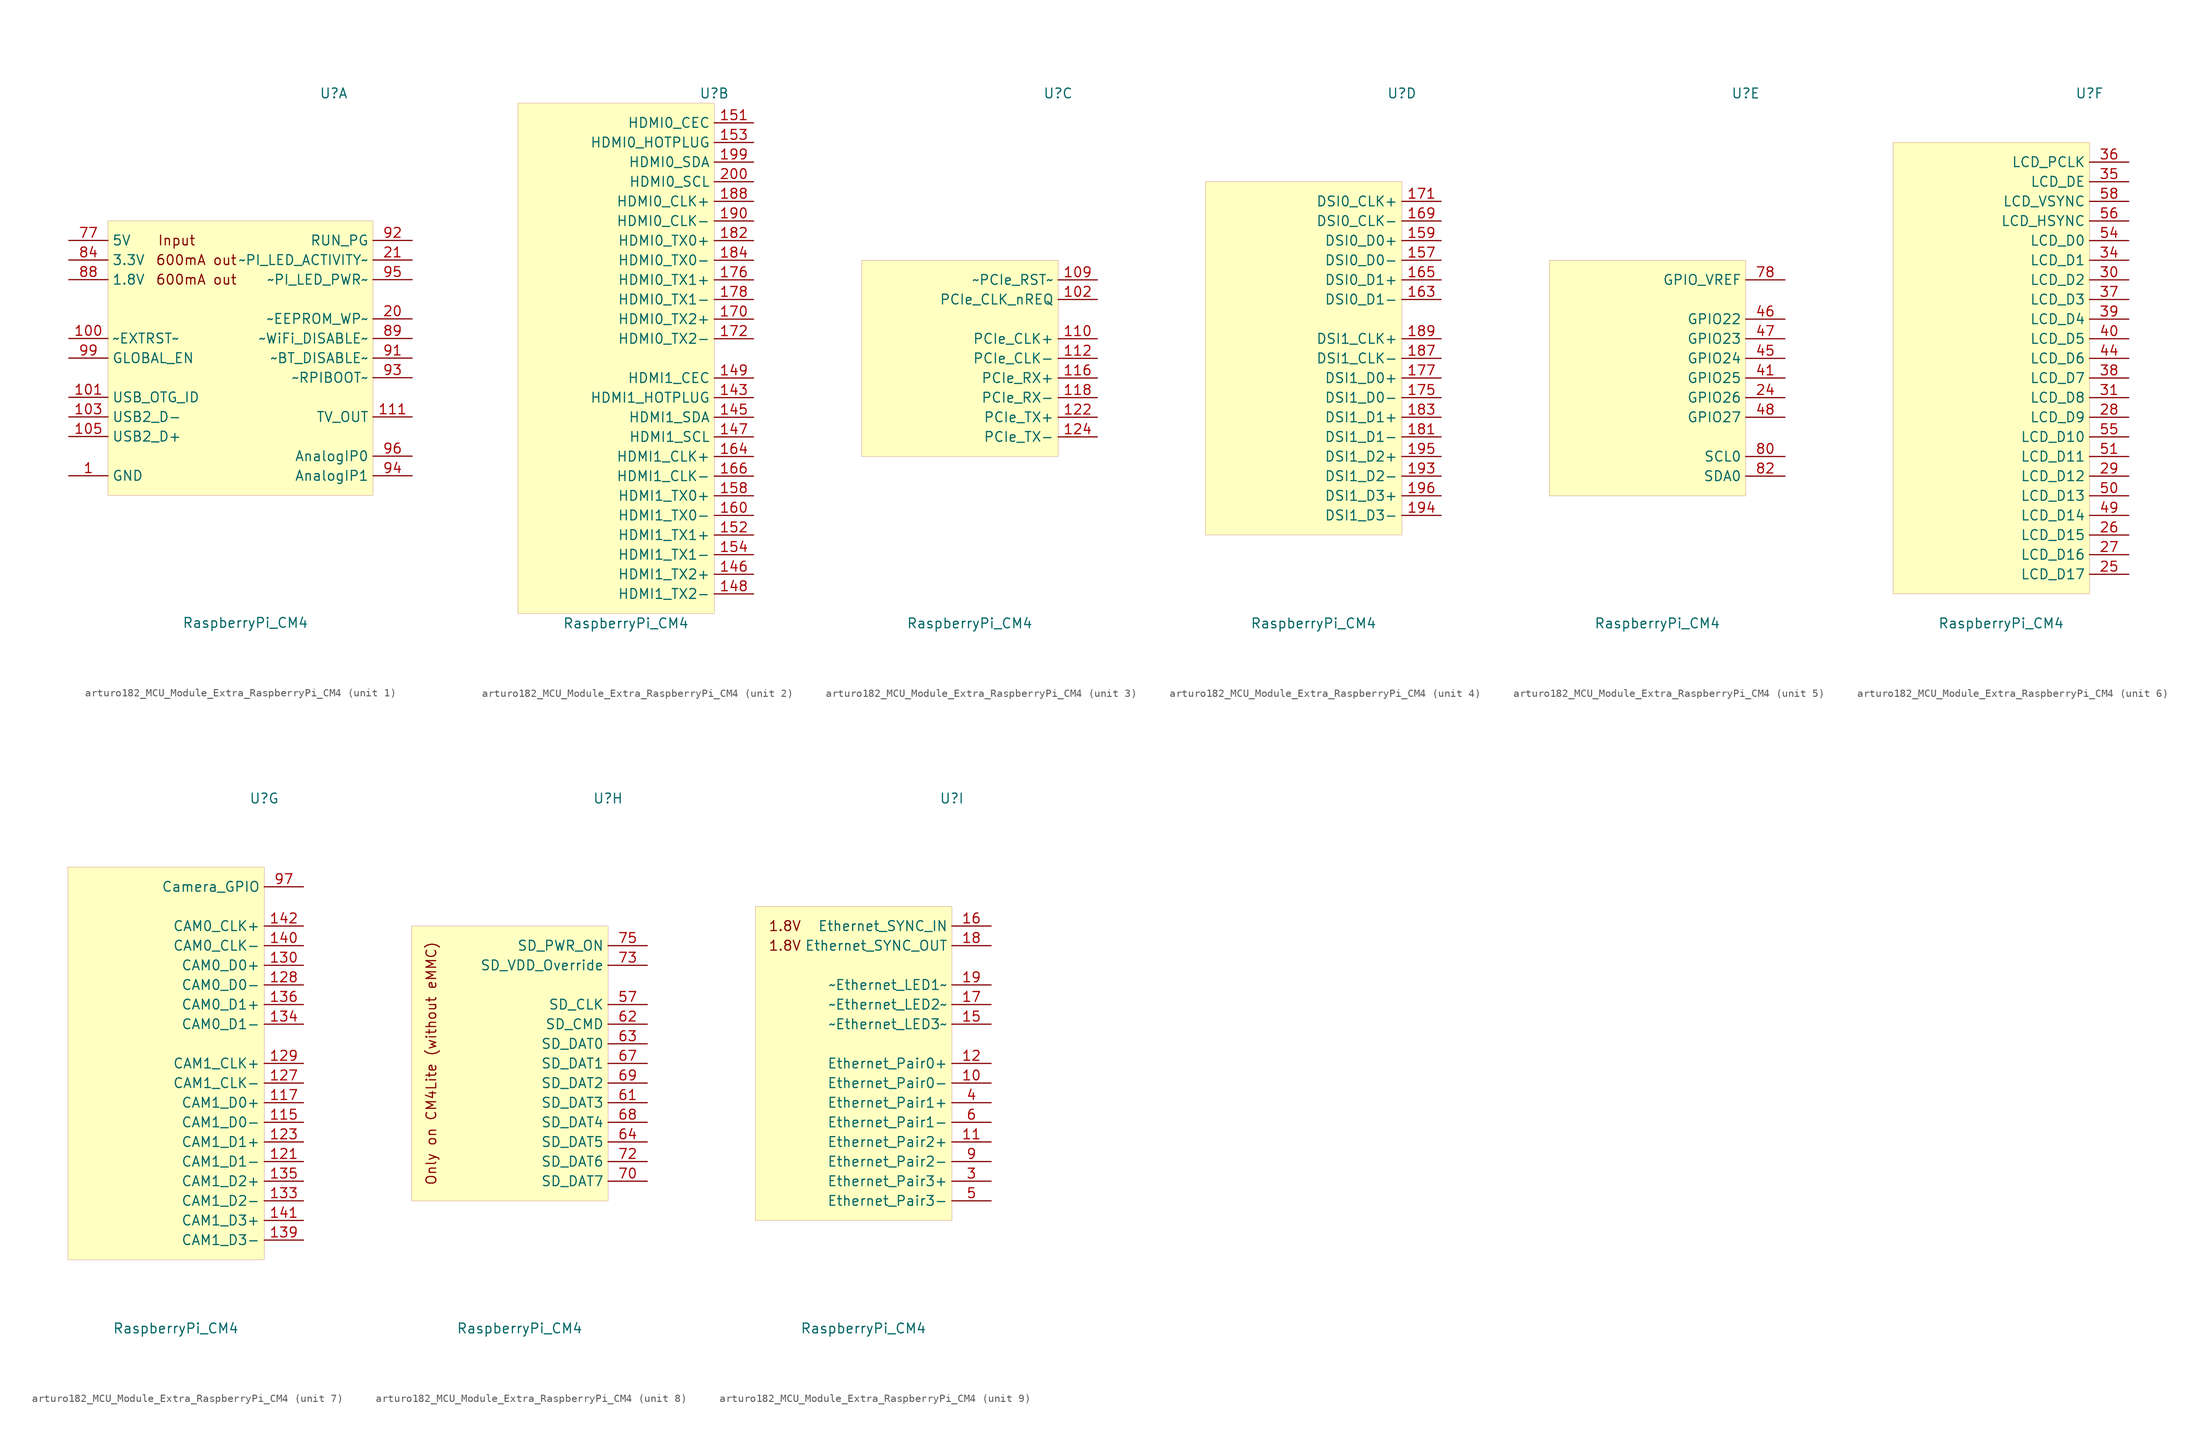
<source format=kicad_sym>
(kicad_symbol_lib
  (version 20220914)
  (generator kicad_symbol_editor)
  (symbol "MCU_Module_Extra:arturo182_MCU_Module_Extra_RaspberryPi_CM4"
    (property "Reference" "U"
      (at 12.7 34.29 0)
      (effects (font (size 1.27 1.27))))
    (property "Value" "RaspberryPi_CM4"
      (at 1.27 -34.29 0)
      (effects (font (size 1.27 1.27))))
    (property "ki_locked" ""
      (at 0 0 0)
      (effects (font (size 1.27 1.27))))
    (symbol "arturo182_MCU_Module_Extra_RaspberryPi_CM4_1_0"
      (text "600mA out" (at -5.08 10.16 0) (effects (font (size 1.27 1.27))))
      (text "600mA out" (at -5.08 12.7 0) (effects (font (size 1.27 1.27))))
      (text "Input" (at -7.62 15.24 0) (effects (font (size 1.27 1.27))))
      (rectangle (start -16.51 17.78) (end 17.78 -17.78) (stroke (width 0.001)) (fill (type background))))
    (symbol "arturo182_MCU_Module_Extra_RaspberryPi_CM4_1_1"
      (pin power_in line (at -21.59 -15.24 0) (length 5.08) (name "GND" (effects (font (size 1.27 1.27)))) (number "1" (effects (font (size 1.27 1.27)))))
      (pin output line (at -21.59 2.54 0) (length 5.08) (name "~EXTRST~" (effects (font (size 1.27 1.27)))) (number "100" (effects (font (size 1.27 1.27)))))
      (pin passive line (at -21.59 -15.24 0) (length 5.08) hide (name "GND" (effects (font (size 1.27 1.27)))) (number "13" (effects (font (size 1.27 1.27)))))
      (pin passive line (at -21.59 -15.24 0) (length 5.08) hide (name "GND" (effects (font (size 1.27 1.27)))) (number "14" (effects (font (size 1.27 1.27)))))
      (pin passive line (at -21.59 -15.24 0) (length 5.08) hide (name "GND" (effects (font (size 1.27 1.27)))) (number "2" (effects (font (size 1.27 1.27)))))
      (pin bidirectional line (at 22.86 5.08 180) (length 5.08) (name "~EEPROM_WP~" (effects (font (size 1.27 1.27)))) (number "20" (effects (font (size 1.27 1.27)))))
      (pin open_collector line (at 22.86 12.7 180) (length 5.08) (name "~PI_LED_ACTIVITY~" (effects (font (size 1.27 1.27)))) (number "21" (effects (font (size 1.27 1.27)))))
      (pin passive line (at -21.59 -15.24 0) (length 5.08) hide (name "GND" (effects (font (size 1.27 1.27)))) (number "22" (effects (font (size 1.27 1.27)))))
      (pin passive line (at -21.59 -15.24 0) (length 5.08) hide (name "GND" (effects (font (size 1.27 1.27)))) (number "23" (effects (font (size 1.27 1.27)))))
      (pin passive line (at -21.59 -15.24 0) (length 5.08) hide (name "GND" (effects (font (size 1.27 1.27)))) (number "32" (effects (font (size 1.27 1.27)))))
      (pin passive line (at -21.59 -15.24 0) (length 5.08) hide (name "GND" (effects (font (size 1.27 1.27)))) (number "33" (effects (font (size 1.27 1.27)))))
      (pin passive line (at -21.59 -15.24 0) (length 5.08) hide (name "GND" (effects (font (size 1.27 1.27)))) (number "42" (effects (font (size 1.27 1.27)))))
      (pin passive line (at -21.59 -15.24 0) (length 5.08) hide (name "GND" (effects (font (size 1.27 1.27)))) (number "43" (effects (font (size 1.27 1.27)))))
      (pin passive line (at -21.59 -15.24 0) (length 5.08) hide (name "GND" (effects (font (size 1.27 1.27)))) (number "52" (effects (font (size 1.27 1.27)))))
      (pin passive line (at -21.59 -15.24 0) (length 5.08) hide (name "GND" (effects (font (size 1.27 1.27)))) (number "53" (effects (font (size 1.27 1.27)))))
      (pin passive line (at -21.59 -15.24 0) (length 5.08) hide (name "GND" (effects (font (size 1.27 1.27)))) (number "59" (effects (font (size 1.27 1.27)))))
      (pin passive line (at -21.59 -15.24 0) (length 5.08) hide (name "GND" (effects (font (size 1.27 1.27)))) (number "60" (effects (font (size 1.27 1.27)))))
      (pin passive line (at -21.59 -15.24 0) (length 5.08) hide (name "GND" (effects (font (size 1.27 1.27)))) (number "65" (effects (font (size 1.27 1.27)))))
      (pin passive line (at -21.59 -15.24 0) (length 5.08) hide (name "GND" (effects (font (size 1.27 1.27)))) (number "66" (effects (font (size 1.27 1.27)))))
      (pin passive line (at -21.59 -15.24 0) (length 5.08) hide (name "GND" (effects (font (size 1.27 1.27)))) (number "7" (effects (font (size 1.27 1.27)))))
      (pin passive line (at -21.59 -15.24 0) (length 5.08) hide (name "GND" (effects (font (size 1.27 1.27)))) (number "71" (effects (font (size 1.27 1.27)))))
      (pin passive line (at -21.59 -15.24 0) (length 5.08) hide (name "GND" (effects (font (size 1.27 1.27)))) (number "74" (effects (font (size 1.27 1.27)))))
      (pin no_connect line (at -1.27 -10.16 0) (length 5.08) hide (name "Reserved" (effects (font (size 1.27 1.27)))) (number "76" (effects (font (size 1.27 1.27)))))
      (pin power_in line (at -21.59 15.24 0) (length 5.08) (name "5V" (effects (font (size 1.27 1.27)))) (number "77" (effects (font (size 1.27 1.27)))))
      (pin passive line (at -21.59 15.24 0) (length 5.08) hide (name "5V" (effects (font (size 1.27 1.27)))) (number "79" (effects (font (size 1.27 1.27)))))
      (pin passive line (at -21.59 -15.24 0) (length 5.08) hide (name "GND" (effects (font (size 1.27 1.27)))) (number "8" (effects (font (size 1.27 1.27)))))
      (pin passive line (at -21.59 15.24 0) (length 5.08) hide (name "5V" (effects (font (size 1.27 1.27)))) (number "81" (effects (font (size 1.27 1.27)))))
      (pin passive line (at -21.59 15.24 0) (length 5.08) hide (name "5V" (effects (font (size 1.27 1.27)))) (number "83" (effects (font (size 1.27 1.27)))))
      (pin power_out line (at -21.59 12.7 0) (length 5.08) (name "3.3V" (effects (font (size 1.27 1.27)))) (number "84" (effects (font (size 1.27 1.27)))))
      (pin passive line (at -21.59 15.24 0) (length 5.08) hide (name "5V" (effects (font (size 1.27 1.27)))) (number "85" (effects (font (size 1.27 1.27)))))
      (pin passive line (at -21.59 12.7 0) (length 5.08) hide (name "3.3V" (effects (font (size 1.27 1.27)))) (number "86" (effects (font (size 1.27 1.27)))))
      (pin passive line (at -21.59 15.24 0) (length 5.08) hide (name "5V" (effects (font (size 1.27 1.27)))) (number "87" (effects (font (size 1.27 1.27)))))
      (pin power_out line (at -21.59 10.16 0) (length 5.08) (name "1.8V" (effects (font (size 1.27 1.27)))) (number "88" (effects (font (size 1.27 1.27)))))
      (pin power_in line (at 22.86 2.54 180) (length 5.08) (name "~WiFi_DISABLE~" (effects (font (size 1.27 1.27)))) (number "89" (effects (font (size 1.27 1.27)))))
      (pin passive line (at -21.59 10.16 0) (length 5.08) hide (name "1.8V" (effects (font (size 1.27 1.27)))) (number "90" (effects (font (size 1.27 1.27)))))
      (pin input line (at 22.86 0 180) (length 5.08) (name "~BT_DISABLE~" (effects (font (size 1.27 1.27)))) (number "91" (effects (font (size 1.27 1.27)))))
      (pin bidirectional line (at 22.86 15.24 180) (length 5.08) (name "RUN_PG" (effects (font (size 1.27 1.27)))) (number "92" (effects (font (size 1.27 1.27)))))
      (pin input line (at 22.86 -2.54 180) (length 5.08) (name "~RPIBOOT~" (effects (font (size 1.27 1.27)))) (number "93" (effects (font (size 1.27 1.27)))))
      (pin output line (at 22.86 -15.24 180) (length 5.08) (name "AnalogIP1" (effects (font (size 1.27 1.27)))) (number "94" (effects (font (size 1.27 1.27)))))
      (pin output line (at 22.86 10.16 180) (length 5.08) (name "~PI_LED_PWR~" (effects (font (size 1.27 1.27)))) (number "95" (effects (font (size 1.27 1.27)))))
      (pin output line (at 22.86 -12.7 180) (length 5.08) (name "AnalogIP0" (effects (font (size 1.27 1.27)))) (number "96" (effects (font (size 1.27 1.27)))))
      (pin passive line (at -21.59 -15.24 0) (length 5.08) hide (name "GND" (effects (font (size 1.27 1.27)))) (number "98" (effects (font (size 1.27 1.27)))))
      (pin input line (at -21.59 0 0) (length 5.08) (name "GLOBAL_EN" (effects (font (size 1.27 1.27)))) (number "99" (effects (font (size 1.27 1.27)))))
      (pin input line (at -21.59 -5.08 0) (length 5.08) (name "USB_OTG_ID" (effects (font (size 1.27 1.27)))) (number "101" (effects (font (size 1.27 1.27)))))
      (pin passive line (at -21.59 -7.62 0) (length 5.08) (name "USB2_D-" (effects (font (size 1.27 1.27)))) (number "103" (effects (font (size 1.27 1.27)))))
      (pin no_connect line (at -1.27 -5.08 0) (length 5.08) hide (name "Reserved" (effects (font (size 1.27 1.27)))) (number "104" (effects (font (size 1.27 1.27)))))
      (pin passive line (at -21.59 -10.16 0) (length 5.08) (name "USB2_D+" (effects (font (size 1.27 1.27)))) (number "105" (effects (font (size 1.27 1.27)))))
      (pin no_connect line (at -1.27 -7.62 0) (length 5.08) hide (name "Reserved" (effects (font (size 1.27 1.27)))) (number "106" (effects (font (size 1.27 1.27)))))
      (pin passive line (at -21.59 -15.24 0) (length 5.08) hide (name "GND" (effects (font (size 1.27 1.27)))) (number "107" (effects (font (size 1.27 1.27)))))
      (pin passive line (at -21.59 -15.24 0) (length 5.08) hide (name "GND" (effects (font (size 1.27 1.27)))) (number "108" (effects (font (size 1.27 1.27)))))
      (pin passive line (at 22.86 -7.62 180) (length 5.08) (name "TV_OUT" (effects (font (size 1.27 1.27)))) (number "111" (effects (font (size 1.27 1.27)))))
      (pin passive line (at -21.59 -15.24 0) (length 5.08) hide (name "GND" (effects (font (size 1.27 1.27)))) (number "113" (effects (font (size 1.27 1.27)))))
      (pin passive line (at -21.59 -15.24 0) (length 5.08) hide (name "GND" (effects (font (size 1.27 1.27)))) (number "114" (effects (font (size 1.27 1.27)))))
      (pin passive line (at -21.59 -15.24 0) (length 5.08) hide (name "GND" (effects (font (size 1.27 1.27)))) (number "119" (effects (font (size 1.27 1.27)))))
      (pin passive line (at -21.59 -15.24 0) (length 5.08) hide (name "GND" (effects (font (size 1.27 1.27)))) (number "120" (effects (font (size 1.27 1.27)))))
      (pin passive line (at -21.59 -15.24 0) (length 5.08) hide (name "GND" (effects (font (size 1.27 1.27)))) (number "125" (effects (font (size 1.27 1.27)))))
      (pin passive line (at -21.59 -15.24 0) (length 5.08) hide (name "GND" (effects (font (size 1.27 1.27)))) (number "126" (effects (font (size 1.27 1.27)))))
      (pin passive line (at -21.59 -15.24 0) (length 5.08) hide (name "GND" (effects (font (size 1.27 1.27)))) (number "131" (effects (font (size 1.27 1.27)))))
      (pin passive line (at -21.59 -15.24 0) (length 5.08) hide (name "GND" (effects (font (size 1.27 1.27)))) (number "132" (effects (font (size 1.27 1.27)))))
      (pin passive line (at -21.59 -15.24 0) (length 5.08) hide (name "GND" (effects (font (size 1.27 1.27)))) (number "137" (effects (font (size 1.27 1.27)))))
      (pin passive line (at -21.59 -15.24 0) (length 5.08) hide (name "GND" (effects (font (size 1.27 1.27)))) (number "138" (effects (font (size 1.27 1.27)))))
      (pin passive line (at -21.59 -15.24 0) (length 5.08) hide (name "GND" (effects (font (size 1.27 1.27)))) (number "144" (effects (font (size 1.27 1.27)))))
      (pin passive line (at -21.59 -15.24 0) (length 5.08) hide (name "GND" (effects (font (size 1.27 1.27)))) (number "150" (effects (font (size 1.27 1.27)))))
      (pin passive line (at -21.59 -15.24 0) (length 5.08) hide (name "GND" (effects (font (size 1.27 1.27)))) (number "155" (effects (font (size 1.27 1.27)))))
      (pin passive line (at -21.59 -15.24 0) (length 5.08) hide (name "GND" (effects (font (size 1.27 1.27)))) (number "156" (effects (font (size 1.27 1.27)))))
      (pin passive line (at -21.59 -15.24 0) (length 5.08) hide (name "GND" (effects (font (size 1.27 1.27)))) (number "161" (effects (font (size 1.27 1.27)))))
      (pin passive line (at -21.59 -15.24 0) (length 5.08) hide (name "GND" (effects (font (size 1.27 1.27)))) (number "162" (effects (font (size 1.27 1.27)))))
      (pin passive line (at -21.59 -15.24 0) (length 5.08) hide (name "GND" (effects (font (size 1.27 1.27)))) (number "167" (effects (font (size 1.27 1.27)))))
      (pin passive line (at -21.59 -15.24 0) (length 5.08) hide (name "GND" (effects (font (size 1.27 1.27)))) (number "168" (effects (font (size 1.27 1.27)))))
      (pin passive line (at -21.59 -15.24 0) (length 5.08) hide (name "GND" (effects (font (size 1.27 1.27)))) (number "173" (effects (font (size 1.27 1.27)))))
      (pin passive line (at -21.59 -15.24 0) (length 5.08) hide (name "GND" (effects (font (size 1.27 1.27)))) (number "174" (effects (font (size 1.27 1.27)))))
      (pin passive line (at -21.59 -15.24 0) (length 5.08) hide (name "GND" (effects (font (size 1.27 1.27)))) (number "179" (effects (font (size 1.27 1.27)))))
      (pin passive line (at -21.59 -15.24 0) (length 5.08) hide (name "GND" (effects (font (size 1.27 1.27)))) (number "180" (effects (font (size 1.27 1.27)))))
      (pin passive line (at -21.59 -15.24 0) (length 5.08) hide (name "GND" (effects (font (size 1.27 1.27)))) (number "185" (effects (font (size 1.27 1.27)))))
      (pin passive line (at -21.59 -15.24 0) (length 5.08) hide (name "GND" (effects (font (size 1.27 1.27)))) (number "186" (effects (font (size 1.27 1.27)))))
      (pin passive line (at -21.59 -15.24 0) (length 5.08) hide (name "GND" (effects (font (size 1.27 1.27)))) (number "191" (effects (font (size 1.27 1.27)))))
      (pin passive line (at -21.59 -15.24 0) (length 5.08) hide (name "GND" (effects (font (size 1.27 1.27)))) (number "192" (effects (font (size 1.27 1.27)))))
      (pin passive line (at -21.59 -15.24 0) (length 5.08) hide (name "GND" (effects (font (size 1.27 1.27)))) (number "197" (effects (font (size 1.27 1.27)))))
      (pin passive line (at -21.59 -15.24 0) (length 5.08) hide (name "GND" (effects (font (size 1.27 1.27)))) (number "198" (effects (font (size 1.27 1.27))))))
    (symbol "arturo182_MCU_Module_Extra_RaspberryPi_CM4_2_0"
      (rectangle (start -12.7 33.02) (end 12.7 -33.02) (stroke (width 0.001)) (fill (type background))))
    (symbol "arturo182_MCU_Module_Extra_RaspberryPi_CM4_2_1"
      (pin input line (at 17.78 -5.08 180) (length 5.08) (name "HDMI1_HOTPLUG" (effects (font (size 1.27 1.27)))) (number "143" (effects (font (size 1.27 1.27)))))
      (pin bidirectional line (at 17.78 -7.62 180) (length 5.08) (name "HDMI1_SDA" (effects (font (size 1.27 1.27)))) (number "145" (effects (font (size 1.27 1.27)))))
      (pin output line (at 17.78 -27.94 180) (length 5.08) (name "HDMI1_TX2+" (effects (font (size 1.27 1.27)))) (number "146" (effects (font (size 1.27 1.27)))))
      (pin open_collector line (at 17.78 -10.16 180) (length 5.08) (name "HDMI1_SCL" (effects (font (size 1.27 1.27)))) (number "147" (effects (font (size 1.27 1.27)))))
      (pin output line (at 17.78 -30.48 180) (length 5.08) (name "HDMI1_TX2-" (effects (font (size 1.27 1.27)))) (number "148" (effects (font (size 1.27 1.27)))))
      (pin open_collector line (at 17.78 -2.54 180) (length 5.08) (name "HDMI1_CEC" (effects (font (size 1.27 1.27)))) (number "149" (effects (font (size 1.27 1.27)))))
      (pin open_collector line (at 17.78 30.48 180) (length 5.08) (name "HDMI0_CEC" (effects (font (size 1.27 1.27)))) (number "151" (effects (font (size 1.27 1.27)))))
      (pin output line (at 17.78 -22.86 180) (length 5.08) (name "HDMI1_TX1+" (effects (font (size 1.27 1.27)))) (number "152" (effects (font (size 1.27 1.27)))))
      (pin input line (at 17.78 27.94 180) (length 5.08) (name "HDMI0_HOTPLUG" (effects (font (size 1.27 1.27)))) (number "153" (effects (font (size 1.27 1.27)))))
      (pin output line (at 17.78 -25.4 180) (length 5.08) (name "HDMI1_TX1-" (effects (font (size 1.27 1.27)))) (number "154" (effects (font (size 1.27 1.27)))))
      (pin output line (at 17.78 -17.78 180) (length 5.08) (name "HDMI1_TX0+" (effects (font (size 1.27 1.27)))) (number "158" (effects (font (size 1.27 1.27)))))
      (pin output line (at 17.78 -20.32 180) (length 5.08) (name "HDMI1_TX0-" (effects (font (size 1.27 1.27)))) (number "160" (effects (font (size 1.27 1.27)))))
      (pin output line (at 17.78 -12.7 180) (length 5.08) (name "HDMI1_CLK+" (effects (font (size 1.27 1.27)))) (number "164" (effects (font (size 1.27 1.27)))))
      (pin output line (at 17.78 -15.24 180) (length 5.08) (name "HDMI1_CLK-" (effects (font (size 1.27 1.27)))) (number "166" (effects (font (size 1.27 1.27)))))
      (pin output line (at 17.78 5.08 180) (length 5.08) (name "HDMI0_TX2+" (effects (font (size 1.27 1.27)))) (number "170" (effects (font (size 1.27 1.27)))))
      (pin output line (at 17.78 2.54 180) (length 5.08) (name "HDMI0_TX2-" (effects (font (size 1.27 1.27)))) (number "172" (effects (font (size 1.27 1.27)))))
      (pin output line (at 17.78 10.16 180) (length 5.08) (name "HDMI0_TX1+" (effects (font (size 1.27 1.27)))) (number "176" (effects (font (size 1.27 1.27)))))
      (pin output line (at 17.78 7.62 180) (length 5.08) (name "HDMI0_TX1-" (effects (font (size 1.27 1.27)))) (number "178" (effects (font (size 1.27 1.27)))))
      (pin output line (at 17.78 15.24 180) (length 5.08) (name "HDMI0_TX0+" (effects (font (size 1.27 1.27)))) (number "182" (effects (font (size 1.27 1.27)))))
      (pin output line (at 17.78 12.7 180) (length 5.08) (name "HDMI0_TX0-" (effects (font (size 1.27 1.27)))) (number "184" (effects (font (size 1.27 1.27)))))
      (pin output line (at 17.78 20.32 180) (length 5.08) (name "HDMI0_CLK+" (effects (font (size 1.27 1.27)))) (number "188" (effects (font (size 1.27 1.27)))))
      (pin output line (at 17.78 17.78 180) (length 5.08) (name "HDMI0_CLK-" (effects (font (size 1.27 1.27)))) (number "190" (effects (font (size 1.27 1.27)))))
      (pin bidirectional line (at 17.78 25.4 180) (length 5.08) (name "HDMI0_SDA" (effects (font (size 1.27 1.27)))) (number "199" (effects (font (size 1.27 1.27)))))
      (pin open_collector line (at 17.78 22.86 180) (length 5.08) (name "HDMI0_SCL" (effects (font (size 1.27 1.27)))) (number "200" (effects (font (size 1.27 1.27))))))
    (symbol "arturo182_MCU_Module_Extra_RaspberryPi_CM4_3_0"
      (rectangle (start -12.7 12.7) (end 12.7 -12.7) (stroke (width 0.001)) (fill (type background))))
    (symbol "arturo182_MCU_Module_Extra_RaspberryPi_CM4_3_1"
      (pin input line (at 17.78 7.62 180) (length 5.08) (name "PCIe_CLK_nREQ" (effects (font (size 1.27 1.27)))) (number "102" (effects (font (size 1.27 1.27)))))
      (pin bidirectional line (at 17.78 10.16 180) (length 5.08) (name "~PCIe_RST~" (effects (font (size 1.27 1.27)))) (number "109" (effects (font (size 1.27 1.27)))))
      (pin output line (at 17.78 2.54 180) (length 5.08) (name "PCIe_CLK+" (effects (font (size 1.27 1.27)))) (number "110" (effects (font (size 1.27 1.27)))))
      (pin output line (at 17.78 0 180) (length 5.08) (name "PCIe_CLK-" (effects (font (size 1.27 1.27)))) (number "112" (effects (font (size 1.27 1.27)))))
      (pin input line (at 17.78 -2.54 180) (length 5.08) (name "PCIe_RX+" (effects (font (size 1.27 1.27)))) (number "116" (effects (font (size 1.27 1.27)))))
      (pin input line (at 17.78 -5.08 180) (length 5.08) (name "PCIe_RX-" (effects (font (size 1.27 1.27)))) (number "118" (effects (font (size 1.27 1.27)))))
      (pin output line (at 17.78 -7.62 180) (length 5.08) (name "PCIe_TX+" (effects (font (size 1.27 1.27)))) (number "122" (effects (font (size 1.27 1.27)))))
      (pin output line (at 17.78 -10.16 180) (length 5.08) (name "PCIe_TX-" (effects (font (size 1.27 1.27)))) (number "124" (effects (font (size 1.27 1.27))))))
    (symbol "arturo182_MCU_Module_Extra_RaspberryPi_CM4_4_0"
      (rectangle (start -12.7 22.86) (end 12.7 -22.86) (stroke (width 0.001)) (fill (type background))))
    (symbol "arturo182_MCU_Module_Extra_RaspberryPi_CM4_4_1"
      (pin bidirectional line (at 17.78 12.7 180) (length 5.08) (name "DSI0_D0-" (effects (font (size 1.27 1.27)))) (number "157" (effects (font (size 1.27 1.27)))))
      (pin bidirectional line (at 17.78 15.24 180) (length 5.08) (name "DSI0_D0+" (effects (font (size 1.27 1.27)))) (number "159" (effects (font (size 1.27 1.27)))))
      (pin bidirectional line (at 17.78 7.62 180) (length 5.08) (name "DSI0_D1-" (effects (font (size 1.27 1.27)))) (number "163" (effects (font (size 1.27 1.27)))))
      (pin bidirectional line (at 17.78 10.16 180) (length 5.08) (name "DSI0_D1+" (effects (font (size 1.27 1.27)))) (number "165" (effects (font (size 1.27 1.27)))))
      (pin open_collector line (at 17.78 17.78 180) (length 5.08) (name "DSI0_CLK-" (effects (font (size 1.27 1.27)))) (number "169" (effects (font (size 1.27 1.27)))))
      (pin open_collector line (at 17.78 20.32 180) (length 5.08) (name "DSI0_CLK+" (effects (font (size 1.27 1.27)))) (number "171" (effects (font (size 1.27 1.27)))))
      (pin bidirectional line (at 17.78 -5.08 180) (length 5.08) (name "DSI1_D0-" (effects (font (size 1.27 1.27)))) (number "175" (effects (font (size 1.27 1.27)))))
      (pin bidirectional line (at 17.78 -2.54 180) (length 5.08) (name "DSI1_D0+" (effects (font (size 1.27 1.27)))) (number "177" (effects (font (size 1.27 1.27)))))
      (pin bidirectional line (at 17.78 -10.16 180) (length 5.08) (name "DSI1_D1-" (effects (font (size 1.27 1.27)))) (number "181" (effects (font (size 1.27 1.27)))))
      (pin bidirectional line (at 17.78 -7.62 180) (length 5.08) (name "DSI1_D1+" (effects (font (size 1.27 1.27)))) (number "183" (effects (font (size 1.27 1.27)))))
      (pin bidirectional line (at 17.78 0 180) (length 5.08) (name "DSI1_CLK-" (effects (font (size 1.27 1.27)))) (number "187" (effects (font (size 1.27 1.27)))))
      (pin bidirectional line (at 17.78 2.54 180) (length 5.08) (name "DSI1_CLK+" (effects (font (size 1.27 1.27)))) (number "189" (effects (font (size 1.27 1.27)))))
      (pin bidirectional line (at 17.78 -15.24 180) (length 5.08) (name "DSI1_D2-" (effects (font (size 1.27 1.27)))) (number "193" (effects (font (size 1.27 1.27)))))
      (pin bidirectional line (at 17.78 -20.32 180) (length 5.08) (name "DSI1_D3-" (effects (font (size 1.27 1.27)))) (number "194" (effects (font (size 1.27 1.27)))))
      (pin bidirectional line (at 17.78 -12.7 180) (length 5.08) (name "DSI1_D2+" (effects (font (size 1.27 1.27)))) (number "195" (effects (font (size 1.27 1.27)))))
      (pin bidirectional line (at 17.78 -17.78 180) (length 5.08) (name "DSI1_D3+" (effects (font (size 1.27 1.27)))) (number "196" (effects (font (size 1.27 1.27))))))
    (symbol "arturo182_MCU_Module_Extra_RaspberryPi_CM4_5_0"
      (rectangle (start -12.7 12.7) (end 12.7 -17.78) (stroke (width 0.001)) (fill (type background))))
    (symbol "arturo182_MCU_Module_Extra_RaspberryPi_CM4_5_1"
      (pin bidirectional line (at 17.78 -5.08 180) (length 5.08) (name "GPIO26" (effects (font (size 1.27 1.27)))) (number "24" (effects (font (size 1.27 1.27)))))
      (pin bidirectional line (at 17.78 -2.54 180) (length 5.08) (name "GPIO25" (effects (font (size 1.27 1.27)))) (number "41" (effects (font (size 1.27 1.27)))))
      (pin bidirectional line (at 17.78 0 180) (length 5.08) (name "GPIO24" (effects (font (size 1.27 1.27)))) (number "45" (effects (font (size 1.27 1.27)))))
      (pin bidirectional line (at 17.78 5.08 180) (length 5.08) (name "GPIO22" (effects (font (size 1.27 1.27)))) (number "46" (effects (font (size 1.27 1.27)))))
      (pin bidirectional line (at 17.78 2.54 180) (length 5.08) (name "GPIO23" (effects (font (size 1.27 1.27)))) (number "47" (effects (font (size 1.27 1.27)))))
      (pin bidirectional line (at 17.78 -7.62 180) (length 5.08) (name "GPIO27" (effects (font (size 1.27 1.27)))) (number "48" (effects (font (size 1.27 1.27)))))
      (pin power_in line (at 17.78 10.16 180) (length 5.08) (name "GPIO_VREF" (effects (font (size 1.27 1.27)))) (number "78" (effects (font (size 1.27 1.27)))))
      (pin passive line (at 17.78 -12.7 180) (length 5.08) (name "SCL0" (effects (font (size 1.27 1.27)))) (number "80" (effects (font (size 1.27 1.27)))))
      (pin passive line (at 17.78 -15.24 180) (length 5.08) (name "SDA0" (effects (font (size 1.27 1.27)))) (number "82" (effects (font (size 1.27 1.27))))))
    (symbol "arturo182_MCU_Module_Extra_RaspberryPi_CM4_6_0"
      (rectangle (start -12.7 27.94) (end 12.7 -30.48) (stroke (width 0.001)) (fill (type background))))
    (symbol "arturo182_MCU_Module_Extra_RaspberryPi_CM4_6_1"
      (pin bidirectional line (at 17.78 -27.94 180) (length 5.08) (name "LCD_D17" (effects (font (size 1.27 1.27)))) (number "25" (effects (font (size 1.27 1.27)))))
      (pin bidirectional line (at 17.78 -22.86 180) (length 5.08) (name "LCD_D15" (effects (font (size 1.27 1.27)))) (number "26" (effects (font (size 1.27 1.27)))))
      (pin bidirectional line (at 17.78 -25.4 180) (length 5.08) (name "LCD_D16" (effects (font (size 1.27 1.27)))) (number "27" (effects (font (size 1.27 1.27)))))
      (pin bidirectional line (at 17.78 -7.62 180) (length 5.08) (name "LCD_D9" (effects (font (size 1.27 1.27)))) (number "28" (effects (font (size 1.27 1.27)))))
      (pin bidirectional line (at 17.78 -15.24 180) (length 5.08) (name "LCD_D12" (effects (font (size 1.27 1.27)))) (number "29" (effects (font (size 1.27 1.27)))))
      (pin bidirectional line (at 17.78 10.16 180) (length 5.08) (name "LCD_D2" (effects (font (size 1.27 1.27)))) (number "30" (effects (font (size 1.27 1.27)))))
      (pin bidirectional line (at 17.78 -5.08 180) (length 5.08) (name "LCD_D8" (effects (font (size 1.27 1.27)))) (number "31" (effects (font (size 1.27 1.27)))))
      (pin bidirectional line (at 17.78 12.7 180) (length 5.08) (name "LCD_D1" (effects (font (size 1.27 1.27)))) (number "34" (effects (font (size 1.27 1.27)))))
      (pin bidirectional line (at 17.78 22.86 180) (length 5.08) (name "LCD_DE" (effects (font (size 1.27 1.27)))) (number "35" (effects (font (size 1.27 1.27)))))
      (pin bidirectional line (at 17.78 25.4 180) (length 5.08) (name "LCD_PCLK" (effects (font (size 1.27 1.27)))) (number "36" (effects (font (size 1.27 1.27)))))
      (pin bidirectional line (at 17.78 7.62 180) (length 5.08) (name "LCD_D3" (effects (font (size 1.27 1.27)))) (number "37" (effects (font (size 1.27 1.27)))))
      (pin bidirectional line (at 17.78 -2.54 180) (length 5.08) (name "LCD_D7" (effects (font (size 1.27 1.27)))) (number "38" (effects (font (size 1.27 1.27)))))
      (pin bidirectional line (at 17.78 5.08 180) (length 5.08) (name "LCD_D4" (effects (font (size 1.27 1.27)))) (number "39" (effects (font (size 1.27 1.27)))))
      (pin bidirectional line (at 17.78 2.54 180) (length 5.08) (name "LCD_D5" (effects (font (size 1.27 1.27)))) (number "40" (effects (font (size 1.27 1.27)))))
      (pin bidirectional line (at 17.78 0 180) (length 5.08) (name "LCD_D6" (effects (font (size 1.27 1.27)))) (number "44" (effects (font (size 1.27 1.27)))))
      (pin bidirectional line (at 17.78 -20.32 180) (length 5.08) (name "LCD_D14" (effects (font (size 1.27 1.27)))) (number "49" (effects (font (size 1.27 1.27)))))
      (pin bidirectional line (at 17.78 -17.78 180) (length 5.08) (name "LCD_D13" (effects (font (size 1.27 1.27)))) (number "50" (effects (font (size 1.27 1.27)))))
      (pin bidirectional line (at 17.78 -12.7 180) (length 5.08) (name "LCD_D11" (effects (font (size 1.27 1.27)))) (number "51" (effects (font (size 1.27 1.27)))))
      (pin bidirectional line (at 17.78 15.24 180) (length 5.08) (name "LCD_D0" (effects (font (size 1.27 1.27)))) (number "54" (effects (font (size 1.27 1.27)))))
      (pin bidirectional line (at 17.78 -10.16 180) (length 5.08) (name "LCD_D10" (effects (font (size 1.27 1.27)))) (number "55" (effects (font (size 1.27 1.27)))))
      (pin bidirectional line (at 17.78 17.78 180) (length 5.08) (name "LCD_HSYNC" (effects (font (size 1.27 1.27)))) (number "56" (effects (font (size 1.27 1.27)))))
      (pin bidirectional line (at 17.78 20.32 180) (length 5.08) (name "LCD_VSYNC" (effects (font (size 1.27 1.27)))) (number "58" (effects (font (size 1.27 1.27))))))
    (symbol "arturo182_MCU_Module_Extra_RaspberryPi_CM4_7_0"
      (rectangle (start -12.7 25.4) (end 12.7 -25.4) (stroke (width 0.001)) (fill (type background))))
    (symbol "arturo182_MCU_Module_Extra_RaspberryPi_CM4_7_1"
      (pin bidirectional line (at 17.78 22.86 180) (length 5.08) (name "Camera_GPIO" (effects (font (size 1.27 1.27)))) (number "97" (effects (font (size 1.27 1.27)))))
      (pin bidirectional line (at 17.78 -7.62 180) (length 5.08) (name "CAM1_D0-" (effects (font (size 1.27 1.27)))) (number "115" (effects (font (size 1.27 1.27)))))
      (pin bidirectional line (at 17.78 -5.08 180) (length 5.08) (name "CAM1_D0+" (effects (font (size 1.27 1.27)))) (number "117" (effects (font (size 1.27 1.27)))))
      (pin bidirectional line (at 17.78 -12.7 180) (length 5.08) (name "CAM1_D1-" (effects (font (size 1.27 1.27)))) (number "121" (effects (font (size 1.27 1.27)))))
      (pin bidirectional line (at 17.78 -10.16 180) (length 5.08) (name "CAM1_D1+" (effects (font (size 1.27 1.27)))) (number "123" (effects (font (size 1.27 1.27)))))
      (pin output line (at 17.78 -2.54 180) (length 5.08) (name "CAM1_CLK-" (effects (font (size 1.27 1.27)))) (number "127" (effects (font (size 1.27 1.27)))))
      (pin bidirectional line (at 17.78 10.16 180) (length 5.08) (name "CAM0_D0-" (effects (font (size 1.27 1.27)))) (number "128" (effects (font (size 1.27 1.27)))))
      (pin output line (at 17.78 0 180) (length 5.08) (name "CAM1_CLK+" (effects (font (size 1.27 1.27)))) (number "129" (effects (font (size 1.27 1.27)))))
      (pin bidirectional line (at 17.78 12.7 180) (length 5.08) (name "CAM0_D0+" (effects (font (size 1.27 1.27)))) (number "130" (effects (font (size 1.27 1.27)))))
      (pin bidirectional line (at 17.78 -17.78 180) (length 5.08) (name "CAM1_D2-" (effects (font (size 1.27 1.27)))) (number "133" (effects (font (size 1.27 1.27)))))
      (pin bidirectional line (at 17.78 5.08 180) (length 5.08) (name "CAM0_D1-" (effects (font (size 1.27 1.27)))) (number "134" (effects (font (size 1.27 1.27)))))
      (pin bidirectional line (at 17.78 -15.24 180) (length 5.08) (name "CAM1_D2+" (effects (font (size 1.27 1.27)))) (number "135" (effects (font (size 1.27 1.27)))))
      (pin bidirectional line (at 17.78 7.62 180) (length 5.08) (name "CAM0_D1+" (effects (font (size 1.27 1.27)))) (number "136" (effects (font (size 1.27 1.27)))))
      (pin bidirectional line (at 17.78 -22.86 180) (length 5.08) (name "CAM1_D3-" (effects (font (size 1.27 1.27)))) (number "139" (effects (font (size 1.27 1.27)))))
      (pin output line (at 17.78 15.24 180) (length 5.08) (name "CAM0_CLK-" (effects (font (size 1.27 1.27)))) (number "140" (effects (font (size 1.27 1.27)))))
      (pin bidirectional line (at 17.78 -20.32 180) (length 5.08) (name "CAM1_D3+" (effects (font (size 1.27 1.27)))) (number "141" (effects (font (size 1.27 1.27)))))
      (pin output line (at 17.78 17.78 180) (length 5.08) (name "CAM0_CLK+" (effects (font (size 1.27 1.27)))) (number "142" (effects (font (size 1.27 1.27))))))
    (symbol "arturo182_MCU_Module_Extra_RaspberryPi_CM4_8_0"
      (text "Only on CM4Lite (without eMMC)" (at -10.16 0 900) (effects (font (size 1.27 1.27))))
      (rectangle (start -12.7 17.78) (end 12.7 -17.78) (stroke (width 0.001)) (fill (type background))))
    (symbol "arturo182_MCU_Module_Extra_RaspberryPi_CM4_8_1"
      (pin passive line (at 17.78 7.62 180) (length 5.08) (name "SD_CLK" (effects (font (size 1.27 1.27)))) (number "57" (effects (font (size 1.27 1.27)))))
      (pin passive line (at 17.78 -5.08 180) (length 5.08) (name "SD_DAT3" (effects (font (size 1.27 1.27)))) (number "61" (effects (font (size 1.27 1.27)))))
      (pin passive line (at 17.78 5.08 180) (length 5.08) (name "SD_CMD" (effects (font (size 1.27 1.27)))) (number "62" (effects (font (size 1.27 1.27)))))
      (pin passive line (at 17.78 2.54 180) (length 5.08) (name "SD_DAT0" (effects (font (size 1.27 1.27)))) (number "63" (effects (font (size 1.27 1.27)))))
      (pin passive line (at 17.78 -10.16 180) (length 5.08) (name "SD_DAT5" (effects (font (size 1.27 1.27)))) (number "64" (effects (font (size 1.27 1.27)))))
      (pin passive line (at 17.78 0 180) (length 5.08) (name "SD_DAT1" (effects (font (size 1.27 1.27)))) (number "67" (effects (font (size 1.27 1.27)))))
      (pin passive line (at 17.78 -7.62 180) (length 5.08) (name "SD_DAT4" (effects (font (size 1.27 1.27)))) (number "68" (effects (font (size 1.27 1.27)))))
      (pin passive line (at 17.78 -2.54 180) (length 5.08) (name "SD_DAT2" (effects (font (size 1.27 1.27)))) (number "69" (effects (font (size 1.27 1.27)))))
      (pin passive line (at 17.78 -15.24 180) (length 5.08) (name "SD_DAT7" (effects (font (size 1.27 1.27)))) (number "70" (effects (font (size 1.27 1.27)))))
      (pin passive line (at 17.78 -12.7 180) (length 5.08) (name "SD_DAT6" (effects (font (size 1.27 1.27)))) (number "72" (effects (font (size 1.27 1.27)))))
      (pin input line (at 17.78 12.7 180) (length 5.08) (name "SD_VDD_Override" (effects (font (size 1.27 1.27)))) (number "73" (effects (font (size 1.27 1.27)))))
      (pin output line (at 17.78 15.24 180) (length 5.08) (name "SD_PWR_ON" (effects (font (size 1.27 1.27)))) (number "75" (effects (font (size 1.27 1.27))))))
    (symbol "arturo182_MCU_Module_Extra_RaspberryPi_CM4_9_0"
      (text "1.8V" (at -8.89 15.24 0) (effects (font (size 1.27 1.27))))
      (text "1.8V" (at -8.89 17.78 0) (effects (font (size 1.27 1.27))))
      (rectangle (start 12.7 20.32) (end -12.7 -20.32) (stroke (width 0.001)) (fill (type background))))
    (symbol "arturo182_MCU_Module_Extra_RaspberryPi_CM4_9_1"
      (pin bidirectional line (at 17.78 -2.54 180) (length 5.08) (name "Ethernet_Pair0-" (effects (font (size 1.27 1.27)))) (number "10" (effects (font (size 1.27 1.27)))))
      (pin bidirectional line (at 17.78 -10.16 180) (length 5.08) (name "Ethernet_Pair2+" (effects (font (size 1.27 1.27)))) (number "11" (effects (font (size 1.27 1.27)))))
      (pin bidirectional line (at 17.78 0 180) (length 5.08) (name "Ethernet_Pair0+" (effects (font (size 1.27 1.27)))) (number "12" (effects (font (size 1.27 1.27)))))
      (pin output line (at 17.78 5.08 180) (length 5.08) (name "~Ethernet_LED3~" (effects (font (size 1.27 1.27)))) (number "15" (effects (font (size 1.27 1.27)))))
      (pin input line (at 17.78 17.78 180) (length 5.08) (name "Ethernet_SYNC_IN" (effects (font (size 1.27 1.27)))) (number "16" (effects (font (size 1.27 1.27)))))
      (pin output line (at 17.78 7.62 180) (length 5.08) (name "~Ethernet_LED2~" (effects (font (size 1.27 1.27)))) (number "17" (effects (font (size 1.27 1.27)))))
      (pin input line (at 17.78 15.24 180) (length 5.08) (name "Ethernet_SYNC_OUT" (effects (font (size 1.27 1.27)))) (number "18" (effects (font (size 1.27 1.27)))))
      (pin output line (at 17.78 10.16 180) (length 5.08) (name "~Ethernet_LED1~" (effects (font (size 1.27 1.27)))) (number "19" (effects (font (size 1.27 1.27)))))
      (pin bidirectional line (at 17.78 -15.24 180) (length 5.08) (name "Ethernet_Pair3+" (effects (font (size 1.27 1.27)))) (number "3" (effects (font (size 1.27 1.27)))))
      (pin bidirectional line (at 17.78 -5.08 180) (length 5.08) (name "Ethernet_Pair1+" (effects (font (size 1.27 1.27)))) (number "4" (effects (font (size 1.27 1.27)))))
      (pin bidirectional line (at 17.78 -17.78 180) (length 5.08) (name "Ethernet_Pair3-" (effects (font (size 1.27 1.27)))) (number "5" (effects (font (size 1.27 1.27)))))
      (pin bidirectional line (at 17.78 -7.62 180) (length 5.08) (name "Ethernet_Pair1-" (effects (font (size 1.27 1.27)))) (number "6" (effects (font (size 1.27 1.27)))))
      (pin bidirectional line (at 17.78 -12.7 180) (length 5.08) (name "Ethernet_Pair2-" (effects (font (size 1.27 1.27)))) (number "9" (effects (font (size 1.27 1.27))))))))
</source>
